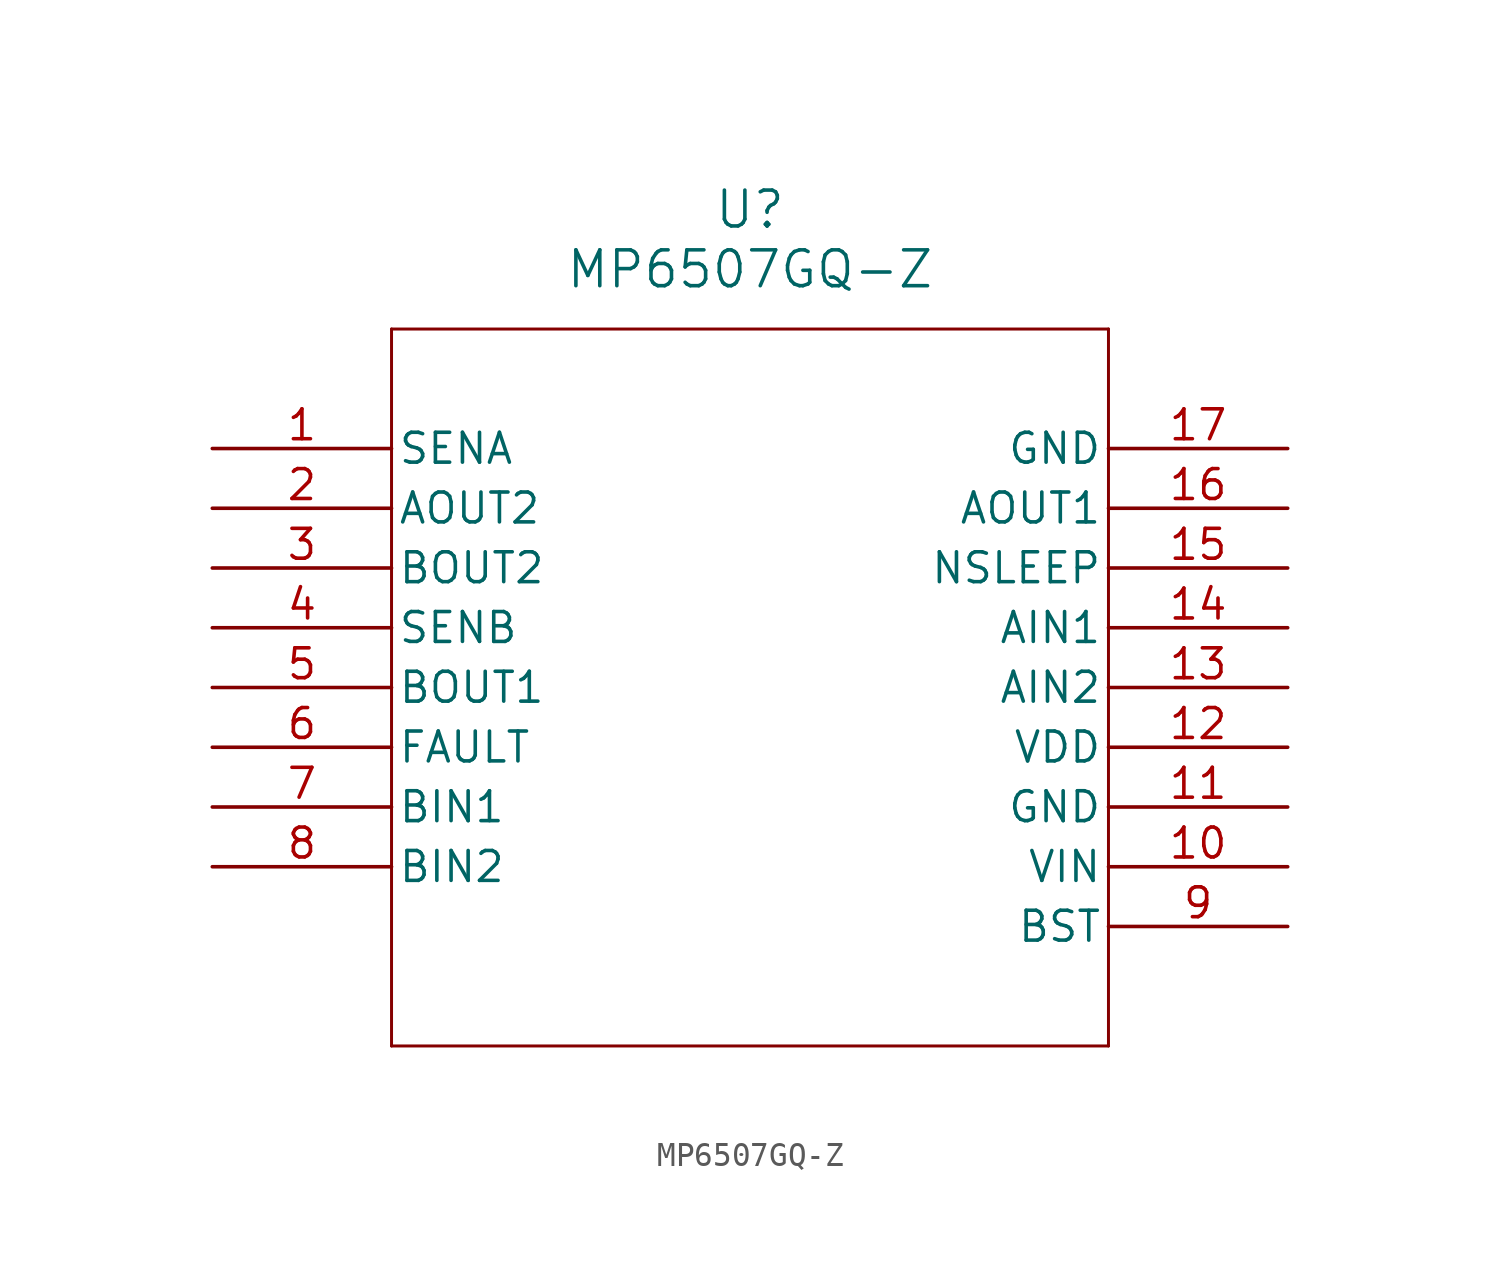
<source format=kicad_sym>
(kicad_symbol_lib
  (version 20211014)
  (generator kicad_symbol_editor)
  (symbol "MP6507GQ-Z"
    (pin_names
      (offset 0.254))
    (property "Reference" "U"
      (at 22.86 10.16 0)
      (effects (font (size 1.524 1.524))))
    (property "Value" "MP6507GQ-Z"
      (at 22.86 7.62 0)
      (effects (font (size 1.524 1.524))))
    (symbol "MP6507GQ-Z_0_1"
      (polyline (pts (xy 7.62 5.08) (xy 7.62 -25.4)) (stroke (width 0.127) (type default) (color 0 0 0 0)) (fill (type none)))
      (polyline (pts (xy 7.62 -25.4) (xy 38.1 -25.4)) (stroke (width 0.127) (type default) (color 0 0 0 0)) (fill (type none)))
      (polyline (pts (xy 38.1 -25.4) (xy 38.1 5.08)) (stroke (width 0.127) (type default) (color 0 0 0 0)) (fill (type none)))
      (polyline (pts (xy 38.1 5.08) (xy 7.62 5.08)) (stroke (width 0.127) (type default) (color 0 0 0 0)) (fill (type none)))
      (pin unspecified line (at 0 0 0) (length 7.62) (name "SENA" (effects (font (size 1.27 1.27)))) (number "1" (effects (font (size 1.27 1.27)))))
      (pin unspecified line (at 0 -2.54 0) (length 7.62) (name "AOUT2" (effects (font (size 1.27 1.27)))) (number "2" (effects (font (size 1.27 1.27)))))
      (pin unspecified line (at 0 -5.08 0) (length 7.62) (name "BOUT2" (effects (font (size 1.27 1.27)))) (number "3" (effects (font (size 1.27 1.27)))))
      (pin unspecified line (at 0 -7.62 0) (length 7.62) (name "SENB" (effects (font (size 1.27 1.27)))) (number "4" (effects (font (size 1.27 1.27)))))
      (pin unspecified line (at 0 -10.16 0) (length 7.62) (name "BOUT1" (effects (font (size 1.27 1.27)))) (number "5" (effects (font (size 1.27 1.27)))))
      (pin unspecified line (at 0 -12.7 0) (length 7.62) (name "FAULT" (effects (font (size 1.27 1.27)))) (number "6" (effects (font (size 1.27 1.27)))))
      (pin unspecified line (at 0 -15.24 0) (length 7.62) (name "BIN1" (effects (font (size 1.27 1.27)))) (number "7" (effects (font (size 1.27 1.27)))))
      (pin unspecified line (at 0 -17.78 0) (length 7.62) (name "BIN2" (effects (font (size 1.27 1.27)))) (number "8" (effects (font (size 1.27 1.27)))))
      (pin unspecified line (at 45.72 -20.32 180) (length 7.62) (name "BST" (effects (font (size 1.27 1.27)))) (number "9" (effects (font (size 1.27 1.27)))))
      (pin unspecified line (at 45.72 -17.78 180) (length 7.62) (name "VIN" (effects (font (size 1.27 1.27)))) (number "10" (effects (font (size 1.27 1.27)))))
      (pin unspecified line (at 45.72 -15.24 180) (length 7.62) (name "GND" (effects (font (size 1.27 1.27)))) (number "11" (effects (font (size 1.27 1.27)))))
      (pin unspecified line (at 45.72 -12.7 180) (length 7.62) (name "VDD" (effects (font (size 1.27 1.27)))) (number "12" (effects (font (size 1.27 1.27)))))
      (pin unspecified line (at 45.72 -10.16 180) (length 7.62) (name "AIN2" (effects (font (size 1.27 1.27)))) (number "13" (effects (font (size 1.27 1.27)))))
      (pin unspecified line (at 45.72 -7.62 180) (length 7.62) (name "AIN1" (effects (font (size 1.27 1.27)))) (number "14" (effects (font (size 1.27 1.27)))))
      (pin unspecified line (at 45.72 -5.08 180) (length 7.62) (name "NSLEEP" (effects (font (size 1.27 1.27)))) (number "15" (effects (font (size 1.27 1.27)))))
      (pin unspecified line (at 45.72 -2.54 180) (length 7.62) (name "AOUT1" (effects (font (size 1.27 1.27)))) (number "16" (effects (font (size 1.27 1.27)))))
      (pin unspecified line (at 45.72 0 180) (length 7.62) (name "GND" (effects (font (size 1.27 1.27)))) (number "17" (effects (font (size 1.27 1.27))))))))
</source>
